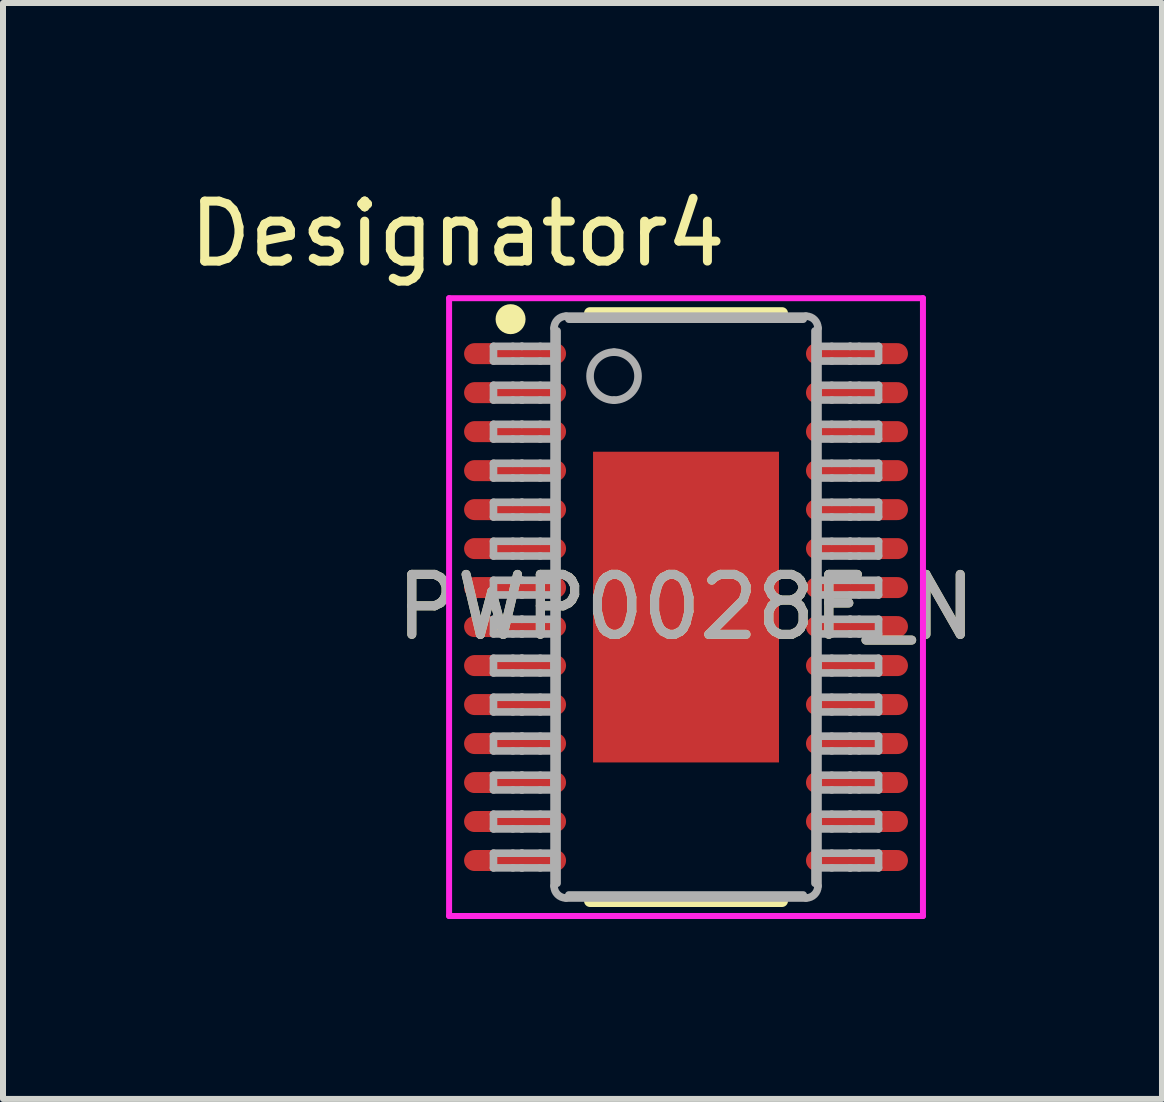
<source format=kicad_pcb>
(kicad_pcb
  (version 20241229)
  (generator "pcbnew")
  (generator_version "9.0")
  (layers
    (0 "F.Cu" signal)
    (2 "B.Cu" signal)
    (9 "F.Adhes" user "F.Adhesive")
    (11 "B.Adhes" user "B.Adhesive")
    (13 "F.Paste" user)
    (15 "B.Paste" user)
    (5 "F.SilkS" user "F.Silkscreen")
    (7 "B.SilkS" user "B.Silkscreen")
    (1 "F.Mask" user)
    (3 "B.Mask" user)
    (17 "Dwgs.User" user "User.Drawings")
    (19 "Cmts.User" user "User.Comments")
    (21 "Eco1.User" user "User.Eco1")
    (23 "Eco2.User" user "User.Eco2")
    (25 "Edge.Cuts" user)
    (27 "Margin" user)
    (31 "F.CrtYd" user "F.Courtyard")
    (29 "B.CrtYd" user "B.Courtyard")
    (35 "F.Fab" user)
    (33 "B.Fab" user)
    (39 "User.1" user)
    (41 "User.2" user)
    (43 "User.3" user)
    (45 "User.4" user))
  (footprint "PWP0028F_N"
    (layer "F.Cu")
    (at 8.387 7.071)
    (property "Reference" "PWP0028F_N" (at 0.000002 0 0) (unlocked yes) (layer "F.SilkS") (effects (font (size 1 1) (thickness 0.15))))
    (attr smd)
    (fp_line (start -1.6 -4.9) (end 1.6 -4.9) (stroke (width 0.2) (type solid)) (layer "F.SilkS"))
    (fp_line (start -1.6 4.9) (end 1.6 4.9) (stroke (width 0.2) (type solid)) (layer "F.SilkS"))
    (fp_circle (center -2.925 -4.8) (end -2.8 -4.8) (stroke (width 0.25) (type solid)) (fill no) (layer "F.SilkS"))
    (fp_line (start -3.95 -5.15) (end 3.95 -5.15) (stroke (width 0.1) (type solid)) (layer "F.CrtYd"))
    (fp_line (start -3.95 5.15) (end -3.95 -5.15) (stroke (width 0.1) (type solid)) (layer "F.CrtYd"))
    (fp_line (start -3.95 5.15) (end 3.95 5.15) (stroke (width 0.1) (type solid)) (layer "F.CrtYd"))
    (fp_line (start 3.95 5.15) (end 3.95 -5.15) (stroke (width 0.1) (type solid)) (layer "F.CrtYd"))
    (fp_line (start -3.21 -4.347) (end -2.887 -4.347) (stroke (width 0.127) (type solid)) (layer "F.Fab"))
    (fp_line (start -3.21 -4.102) (end -3.21 -4.347) (stroke (width 0.127) (type solid)) (layer "F.Fab"))
    (fp_line (start -3.21 -4.102) (end -2.887 -4.102) (stroke (width 0.127) (type solid)) (layer "F.Fab"))
    (fp_line (start -3.21 -3.698) (end -2.887 -3.698) (stroke (width 0.127) (type solid)) (layer "F.Fab"))
    (fp_line (start -3.21 -3.452) (end -3.21 -3.698) (stroke (width 0.127) (type solid)) (layer "F.Fab"))
    (fp_line (start -3.21 -3.452) (end -2.887 -3.452) (stroke (width 0.127) (type solid)) (layer "F.Fab"))
    (fp_line (start -3.21 -3.047) (end -2.887 -3.047) (stroke (width 0.127) (type solid)) (layer "F.Fab"))
    (fp_line (start -3.21 -2.802) (end -3.21 -3.047) (stroke (width 0.127) (type solid)) (layer "F.Fab"))
    (fp_line (start -3.21 -2.802) (end -2.887 -2.802) (stroke (width 0.127) (type solid)) (layer "F.Fab"))
    (fp_line (start -3.21 -2.397) (end -2.887 -2.397) (stroke (width 0.127) (type solid)) (layer "F.Fab"))
    (fp_line (start -3.21 -2.152) (end -3.21 -2.397) (stroke (width 0.127) (type solid)) (layer "F.Fab"))
    (fp_line (start -3.21 -2.152) (end -2.887 -2.152) (stroke (width 0.127) (type solid)) (layer "F.Fab"))
    (fp_line (start -3.21 -1.747) (end -2.887 -1.747) (stroke (width 0.127) (type solid)) (layer "F.Fab"))
    (fp_line (start -3.21 -1.502) (end -3.21 -1.747) (stroke (width 0.127) (type solid)) (layer "F.Fab"))
    (fp_line (start -3.21 -1.502) (end -2.887 -1.502) (stroke (width 0.127) (type solid)) (layer "F.Fab"))
    (fp_line (start -3.21 -1.097) (end -2.887 -1.097) (stroke (width 0.127) (type solid)) (layer "F.Fab"))
    (fp_line (start -3.21 -0.852) (end -3.21 -1.097) (stroke (width 0.127) (type solid)) (layer "F.Fab"))
    (fp_line (start -3.21 -0.852) (end -2.887 -0.852) (stroke (width 0.127) (type solid)) (layer "F.Fab"))
    (fp_line (start -3.21 -0.447) (end -2.887 -0.447) (stroke (width 0.127) (type solid)) (layer "F.Fab"))
    (fp_line (start -3.21 -0.202) (end -3.21 -0.447) (stroke (width 0.127) (type solid)) (layer "F.Fab"))
    (fp_line (start -3.21 -0.202) (end -2.887 -0.202) (stroke (width 0.127) (type solid)) (layer "F.Fab"))
    (fp_line (start -3.21 0.203) (end -2.887 0.203) (stroke (width 0.127) (type solid)) (layer "F.Fab"))
    (fp_line (start -3.21 0.448) (end -3.21 0.203) (stroke (width 0.127) (type solid)) (layer "F.Fab"))
    (fp_line (start -3.21 0.448) (end -2.887 0.448) (stroke (width 0.127) (type solid)) (layer "F.Fab"))
    (fp_line (start -3.21 0.853) (end -2.887 0.853) (stroke (width 0.127) (type solid)) (layer "F.Fab"))
    (fp_line (start -3.21 1.098) (end -3.21 0.853) (stroke (width 0.127) (type solid)) (layer "F.Fab"))
    (fp_line (start -3.21 1.098) (end -2.887 1.098) (stroke (width 0.127) (type solid)) (layer "F.Fab"))
    (fp_line (start -3.21 1.503) (end -2.887 1.503) (stroke (width 0.127) (type solid)) (layer "F.Fab"))
    (fp_line (start -3.21 1.748) (end -3.21 1.503) (stroke (width 0.127) (type solid)) (layer "F.Fab"))
    (fp_line (start -3.21 1.748) (end -2.887 1.748) (stroke (width 0.127) (type solid)) (layer "F.Fab"))
    (fp_line (start -3.21 2.152) (end -2.887 2.152) (stroke (width 0.127) (type solid)) (layer "F.Fab"))
    (fp_line (start -3.21 2.398) (end -3.21 2.152) (stroke (width 0.127) (type solid)) (layer "F.Fab"))
    (fp_line (start -3.21 2.398) (end -2.887 2.398) (stroke (width 0.127) (type solid)) (layer "F.Fab"))
    (fp_line (start -3.21 2.803) (end -2.887 2.803) (stroke (width 0.127) (type solid)) (layer "F.Fab"))
    (fp_line (start -3.21 3.048) (end -3.21 2.803) (stroke (width 0.127) (type solid)) (layer "F.Fab"))
    (fp_line (start -3.21 3.048) (end -2.887 3.048) (stroke (width 0.127) (type solid)) (layer "F.Fab"))
    (fp_line (start -3.21 3.453) (end -2.887 3.453) (stroke (width 0.127) (type solid)) (layer "F.Fab"))
    (fp_line (start -3.21 3.698) (end -3.21 3.453) (stroke (width 0.127) (type solid)) (layer "F.Fab"))
    (fp_line (start -3.21 3.698) (end -2.887 3.698) (stroke (width 0.127) (type solid)) (layer "F.Fab"))
    (fp_line (start -3.21 4.103) (end -2.887 4.103) (stroke (width 0.127) (type solid)) (layer "F.Fab"))
    (fp_line (start -3.21 4.348) (end -3.21 4.103) (stroke (width 0.127) (type solid)) (layer "F.Fab"))
    (fp_line (start -3.21 4.348) (end -2.887 4.348) (stroke (width 0.127) (type solid)) (layer "F.Fab"))
    (fp_line (start -2.887 -4.347) (end -2.739 -4.347) (stroke (width 0.127) (type solid)) (layer "F.Fab"))
    (fp_line (start -2.887 -4.102) (end -2.739 -4.102) (stroke (width 0.127) (type solid)) (layer "F.Fab"))
    (fp_line (start -2.887 -3.698) (end -2.739 -3.698) (stroke (width 0.127) (type solid)) (layer "F.Fab"))
    (fp_line (start -2.887 -3.452) (end -2.739 -3.452) (stroke (width 0.127) (type solid)) (layer "F.Fab"))
    (fp_line (start -2.887 -3.047) (end -2.739 -3.047) (stroke (width 0.127) (type solid)) (layer "F.Fab"))
    (fp_line (start -2.887 -2.802) (end -2.739 -2.802) (stroke (width 0.127) (type solid)) (layer "F.Fab"))
    (fp_line (start -2.887 -2.397) (end -2.739 -2.397) (stroke (width 0.127) (type solid)) (layer "F.Fab"))
    (fp_line (start -2.887 -2.152) (end -2.739 -2.152) (stroke (width 0.127) (type solid)) (layer "F.Fab"))
    (fp_line (start -2.887 -1.747) (end -2.739 -1.747) (stroke (width 0.127) (type solid)) (layer "F.Fab"))
    (fp_line (start -2.887 -1.502) (end -2.739 -1.502) (stroke (width 0.127) (type solid)) (layer "F.Fab"))
    (fp_line (start -2.887 -1.097) (end -2.739 -1.097) (stroke (width 0.127) (type solid)) (layer "F.Fab"))
    (fp_line (start -2.887 -0.852) (end -2.739 -0.852) (stroke (width 0.127) (type solid)) (layer "F.Fab"))
    (fp_line (start -2.887 -0.447) (end -2.739 -0.447) (stroke (width 0.127) (type solid)) (layer "F.Fab"))
    (fp_line (start -2.887 -0.202) (end -2.739 -0.202) (stroke (width 0.127) (type solid)) (layer "F.Fab"))
    (fp_line (start -2.887 0.203) (end -2.739 0.203) (stroke (width 0.127) (type solid)) (layer "F.Fab"))
    (fp_line (start -2.887 0.448) (end -2.739 0.448) (stroke (width 0.127) (type solid)) (layer "F.Fab"))
    (fp_line (start -2.887 0.853) (end -2.739 0.853) (stroke (width 0.127) (type solid)) (layer "F.Fab"))
    (fp_line (start -2.887 1.098) (end -2.739 1.098) (stroke (width 0.127) (type solid)) (layer "F.Fab"))
    (fp_line (start -2.887 1.503) (end -2.739 1.503) (stroke (width 0.127) (type solid)) (layer "F.Fab"))
    (fp_line (start -2.887 1.748) (end -2.739 1.748) (stroke (width 0.127) (type solid)) (layer "F.Fab"))
    (fp_line (start -2.887 2.152) (end -2.739 2.152) (stroke (width 0.127) (type solid)) (layer "F.Fab"))
    (fp_line (start -2.887 2.398) (end -2.739 2.398) (stroke (width 0.127) (type solid)) (layer "F.Fab"))
    (fp_line (start -2.887 2.803) (end -2.739 2.803) (stroke (width 0.127) (type solid)) (layer "F.Fab"))
    (fp_line (start -2.887 3.048) (end -2.739 3.048) (stroke (width 0.127) (type solid)) (layer "F.Fab"))
    (fp_line (start -2.887 3.453) (end -2.739 3.453) (stroke (width 0.127) (type solid)) (layer "F.Fab"))
    (fp_line (start -2.887 3.698) (end -2.739 3.698) (stroke (width 0.127) (type solid)) (layer "F.Fab"))
    (fp_line (start -2.887 4.103) (end -2.739 4.103) (stroke (width 0.127) (type solid)) (layer "F.Fab"))
    (fp_line (start -2.887 4.348) (end -2.739 4.348) (stroke (width 0.127) (type solid)) (layer "F.Fab"))
    (fp_line (start -2.739 -4.347) (end -2.733 -4.347) (stroke (width 0.127) (type solid)) (layer "F.Fab"))
    (fp_line (start -2.739 -4.102) (end -2.733 -4.102) (stroke (width 0.127) (type solid)) (layer "F.Fab"))
    (fp_line (start -2.739 -3.698) (end -2.733 -3.698) (stroke (width 0.127) (type solid)) (layer "F.Fab"))
    (fp_line (start -2.739 -3.452) (end -2.733 -3.452) (stroke (width 0.127) (type solid)) (layer "F.Fab"))
    (fp_line (start -2.739 -3.047) (end -2.733 -3.047) (stroke (width 0.127) (type solid)) (layer "F.Fab"))
    (fp_line (start -2.739 -2.802) (end -2.733 -2.802) (stroke (width 0.127) (type solid)) (layer "F.Fab"))
    (fp_line (start -2.739 -2.397) (end -2.733 -2.397) (stroke (width 0.127) (type solid)) (layer "F.Fab"))
    (fp_line (start -2.739 -2.152) (end -2.733 -2.152) (stroke (width 0.127) (type solid)) (layer "F.Fab"))
    (fp_line (start -2.739 -1.747) (end -2.733 -1.747) (stroke (width 0.127) (type solid)) (layer "F.Fab"))
    (fp_line (start -2.739 -1.502) (end -2.733 -1.502) (stroke (width 0.127) (type solid)) (layer "F.Fab"))
    (fp_line (start -2.739 -1.097) (end -2.733 -1.097) (stroke (width 0.127) (type solid)) (layer "F.Fab"))
    (fp_line (start -2.739 -0.852) (end -2.733 -0.852) (stroke (width 0.127) (type solid)) (layer "F.Fab"))
    (fp_line (start -2.739 -0.447) (end -2.733 -0.447) (stroke (width 0.127) (type solid)) (layer "F.Fab"))
    (fp_line (start -2.739 -0.202) (end -2.733 -0.202) (stroke (width 0.127) (type solid)) (layer "F.Fab"))
    (fp_line (start -2.739 0.203) (end -2.733 0.203) (stroke (width 0.127) (type solid)) (layer "F.Fab"))
    (fp_line (start -2.739 0.448) (end -2.733 0.448) (stroke (width 0.127) (type solid)) (layer "F.Fab"))
    (fp_line (start -2.739 0.853) (end -2.733 0.853) (stroke (width 0.127) (type solid)) (layer "F.Fab"))
    (fp_line (start -2.739 1.098) (end -2.733 1.098) (stroke (width 0.127) (type solid)) (layer "F.Fab"))
    (fp_line (start -2.739 1.503) (end -2.733 1.503) (stroke (width 0.127) (type solid)) (layer "F.Fab"))
    (fp_line (start -2.739 1.748) (end -2.733 1.748) (stroke (width 0.127) (type solid)) (layer "F.Fab"))
    (fp_line (start -2.739 2.152) (end -2.733 2.152) (stroke (width 0.127) (type solid)) (layer "F.Fab"))
    (fp_line (start -2.739 2.398) (end -2.733 2.398) (stroke (width 0.127) (type solid)) (layer "F.Fab"))
    (fp_line (start -2.739 2.803) (end -2.733 2.803) (stroke (width 0.127) (type solid)) (layer "F.Fab"))
    (fp_line (start -2.739 3.048) (end -2.733 3.048) (stroke (width 0.127) (type solid)) (layer "F.Fab"))
    (fp_line (start -2.739 3.453) (end -2.733 3.453) (stroke (width 0.127) (type solid)) (layer "F.Fab"))
    (fp_line (start -2.739 3.698) (end -2.733 3.698) (stroke (width 0.127) (type solid)) (layer "F.Fab"))
    (fp_line (start -2.739 4.103) (end -2.733 4.103) (stroke (width 0.127) (type solid)) (layer "F.Fab"))
    (fp_line (start -2.739 4.348) (end -2.733 4.348) (stroke (width 0.127) (type solid)) (layer "F.Fab"))
    (fp_line (start -2.733 -4.347) (end -2.431 -4.347) (stroke (width 0.127) (type solid)) (layer "F.Fab"))
    (fp_line (start -2.733 -4.102) (end -2.431 -4.102) (stroke (width 0.127) (type solid)) (layer "F.Fab"))
    (fp_line (start -2.733 -3.698) (end -2.431 -3.698) (stroke (width 0.127) (type solid)) (layer "F.Fab"))
    (fp_line (start -2.733 -3.452) (end -2.431 -3.452) (stroke (width 0.127) (type solid)) (layer "F.Fab"))
    (fp_line (start -2.733 -3.047) (end -2.431 -3.047) (stroke (width 0.127) (type solid)) (layer "F.Fab"))
    (fp_line (start -2.733 -2.802) (end -2.431 -2.802) (stroke (width 0.127) (type solid)) (layer "F.Fab"))
    (fp_line (start -2.733 -2.397) (end -2.431 -2.397) (stroke (width 0.127) (type solid)) (layer "F.Fab"))
    (fp_line (start -2.733 -2.152) (end -2.431 -2.152) (stroke (width 0.127) (type solid)) (layer "F.Fab"))
    (fp_line (start -2.733 -1.747) (end -2.431 -1.747) (stroke (width 0.127) (type solid)) (layer "F.Fab"))
    (fp_line (start -2.733 -1.502) (end -2.431 -1.502) (stroke (width 0.127) (type solid)) (layer "F.Fab"))
    (fp_line (start -2.733 -1.097) (end -2.431 -1.097) (stroke (width 0.127) (type solid)) (layer "F.Fab"))
    (fp_line (start -2.733 -0.852) (end -2.431 -0.852) (stroke (width 0.127) (type solid)) (layer "F.Fab"))
    (fp_line (start -2.733 -0.447) (end -2.431 -0.447) (stroke (width 0.127) (type solid)) (layer "F.Fab"))
    (fp_line (start -2.733 -0.202) (end -2.431 -0.202) (stroke (width 0.127) (type solid)) (layer "F.Fab"))
    (fp_line (start -2.733 0.203) (end -2.431 0.203) (stroke (width 0.127) (type solid)) (layer "F.Fab"))
    (fp_line (start -2.733 0.448) (end -2.431 0.448) (stroke (width 0.127) (type solid)) (layer "F.Fab"))
    (fp_line (start -2.733 0.853) (end -2.431 0.853) (stroke (width 0.127) (type solid)) (layer "F.Fab"))
    (fp_line (start -2.733 1.098) (end -2.431 1.098) (stroke (width 0.127) (type solid)) (layer "F.Fab"))
    (fp_line (start -2.733 1.503) (end -2.431 1.503) (stroke (width 0.127) (type solid)) (layer "F.Fab"))
    (fp_line (start -2.733 1.748) (end -2.431 1.748) (stroke (width 0.127) (type solid)) (layer "F.Fab"))
    (fp_line (start -2.733 2.152) (end -2.431 2.152) (stroke (width 0.127) (type solid)) (layer "F.Fab"))
    (fp_line (start -2.733 2.398) (end -2.431 2.398) (stroke (width 0.127) (type solid)) (layer "F.Fab"))
    (fp_line (start -2.733 2.803) (end -2.431 2.803) (stroke (width 0.127) (type solid)) (layer "F.Fab"))
    (fp_line (start -2.733 3.048) (end -2.431 3.048) (stroke (width 0.127) (type solid)) (layer "F.Fab"))
    (fp_line (start -2.733 3.453) (end -2.431 3.453) (stroke (width 0.127) (type solid)) (layer "F.Fab"))
    (fp_line (start -2.733 3.698) (end -2.431 3.698) (stroke (width 0.127) (type solid)) (layer "F.Fab"))
    (fp_line (start -2.733 4.103) (end -2.431 4.103) (stroke (width 0.127) (type solid)) (layer "F.Fab"))
    (fp_line (start -2.733 4.348) (end -2.431 4.348) (stroke (width 0.127) (type solid)) (layer "F.Fab"))
    (fp_line (start -2.431 -4.347) (end -2.2 -4.347) (stroke (width 0.127) (type solid)) (layer "F.Fab"))
    (fp_line (start -2.431 -4.102) (end -2.2 -4.102) (stroke (width 0.127) (type solid)) (layer "F.Fab"))
    (fp_line (start -2.431 -3.698) (end -2.2 -3.698) (stroke (width 0.127) (type solid)) (layer "F.Fab"))
    (fp_line (start -2.431 -3.452) (end -2.2 -3.452) (stroke (width 0.127) (type solid)) (layer "F.Fab"))
    (fp_line (start -2.431 -3.047) (end -2.2 -3.047) (stroke (width 0.127) (type solid)) (layer "F.Fab"))
    (fp_line (start -2.431 -2.802) (end -2.2 -2.802) (stroke (width 0.127) (type solid)) (layer "F.Fab"))
    (fp_line (start -2.431 -2.397) (end -2.2 -2.397) (stroke (width 0.127) (type solid)) (layer "F.Fab"))
    (fp_line (start -2.431 -2.152) (end -2.2 -2.152) (stroke (width 0.127) (type solid)) (layer "F.Fab"))
    (fp_line (start -2.431 -1.747) (end -2.2 -1.747) (stroke (width 0.127) (type solid)) (layer "F.Fab"))
    (fp_line (start -2.431 -1.502) (end -2.2 -1.502) (stroke (width 0.127) (type solid)) (layer "F.Fab"))
    (fp_line (start -2.431 -1.097) (end -2.2 -1.097) (stroke (width 0.127) (type solid)) (layer "F.Fab"))
    (fp_line (start -2.431 -0.852) (end -2.2 -0.852) (stroke (width 0.127) (type solid)) (layer "F.Fab"))
    (fp_line (start -2.431 -0.447) (end -2.2 -0.447) (stroke (width 0.127) (type solid)) (layer "F.Fab"))
    (fp_line (start -2.431 -0.202) (end -2.2 -0.202) (stroke (width 0.127) (type solid)) (layer "F.Fab"))
    (fp_line (start -2.431 0.203) (end -2.2 0.203) (stroke (width 0.127) (type solid)) (layer "F.Fab"))
    (fp_line (start -2.431 0.448) (end -2.2 0.448) (stroke (width 0.127) (type solid)) (layer "F.Fab"))
    (fp_line (start -2.431 0.853) (end -2.2 0.853) (stroke (width 0.127) (type solid)) (layer "F.Fab"))
    (fp_line (start -2.431 1.098) (end -2.2 1.098) (stroke (width 0.127) (type solid)) (layer "F.Fab"))
    (fp_line (start -2.431 1.503) (end -2.2 1.503) (stroke (width 0.127) (type solid)) (layer "F.Fab"))
    (fp_line (start -2.431 1.748) (end -2.2 1.748) (stroke (width 0.127) (type solid)) (layer "F.Fab"))
    (fp_line (start -2.431 2.152) (end -2.2 2.152) (stroke (width 0.127) (type solid)) (layer "F.Fab"))
    (fp_line (start -2.431 2.398) (end -2.2 2.398) (stroke (width 0.127) (type solid)) (layer "F.Fab"))
    (fp_line (start -2.431 2.803) (end -2.2 2.803) (stroke (width 0.127) (type solid)) (layer "F.Fab"))
    (fp_line (start -2.431 3.048) (end -2.2 3.048) (stroke (width 0.127) (type solid)) (layer "F.Fab"))
    (fp_line (start -2.431 3.453) (end -2.2 3.453) (stroke (width 0.127) (type solid)) (layer "F.Fab"))
    (fp_line (start -2.431 3.698) (end -2.2 3.698) (stroke (width 0.127) (type solid)) (layer "F.Fab"))
    (fp_line (start -2.431 4.103) (end -2.2 4.103) (stroke (width 0.127) (type solid)) (layer "F.Fab"))
    (fp_line (start -2.431 4.348) (end -2.2 4.348) (stroke (width 0.127) (type solid)) (layer "F.Fab"))
    (fp_line (start -2.2 -4.102) (end -2.2 -4.347) (stroke (width 0.127) (type solid)) (layer "F.Fab"))
    (fp_line (start -2.2 -3.452) (end -2.2 -3.698) (stroke (width 0.127) (type solid)) (layer "F.Fab"))
    (fp_line (start -2.2 -2.802) (end -2.2 -3.047) (stroke (width 0.127) (type solid)) (layer "F.Fab"))
    (fp_line (start -2.2 -2.152) (end -2.2 -2.397) (stroke (width 0.127) (type solid)) (layer "F.Fab"))
    (fp_line (start -2.2 -1.502) (end -2.2 -1.747) (stroke (width 0.127) (type solid)) (layer "F.Fab"))
    (fp_line (start -2.2 -0.852) (end -2.2 -1.097) (stroke (width 0.127) (type solid)) (layer "F.Fab"))
    (fp_line (start -2.2 -0.202) (end -2.2 -0.447) (stroke (width 0.127) (type solid)) (layer "F.Fab"))
    (fp_line (start -2.2 0.448) (end -2.2 0.203) (stroke (width 0.127) (type solid)) (layer "F.Fab"))
    (fp_line (start -2.2 1.098) (end -2.2 0.853) (stroke (width 0.127) (type solid)) (layer "F.Fab"))
    (fp_line (start -2.2 1.748) (end -2.2 1.503) (stroke (width 0.127) (type solid)) (layer "F.Fab"))
    (fp_line (start -2.2 2.398) (end -2.2 2.152) (stroke (width 0.127) (type solid)) (layer "F.Fab"))
    (fp_line (start -2.2 3.048) (end -2.2 2.803) (stroke (width 0.127) (type solid)) (layer "F.Fab"))
    (fp_line (start -2.2 3.698) (end -2.2 3.453) (stroke (width 0.127) (type solid)) (layer "F.Fab"))
    (fp_line (start -2.2 4.348) (end -2.2 4.103) (stroke (width 0.127) (type solid)) (layer "F.Fab"))
    (fp_line (start -2.2 4.65) (end -2.2 -4.65) (stroke (width 0.127) (type solid)) (layer "F.Fab"))
    (fp_line (start -2.15 4.604) (end -2.15 -4.604) (stroke (width 0.127) (type solid)) (layer "F.Fab"))
    (fp_line (start -2 -4.85) (end 2 -4.85) (stroke (width 0.127) (type solid)) (layer "F.Fab"))
    (fp_line (start -2 4.85) (end 2 4.85) (stroke (width 0.127) (type solid)) (layer "F.Fab"))
    (fp_line (start -1.954 -4.8) (end 1.954 -4.8) (stroke (width 0.127) (type solid)) (layer "F.Fab"))
    (fp_line (start -1.954 4.8) (end 1.954 4.8) (stroke (width 0.127) (type solid)) (layer "F.Fab"))
    (fp_line (start 2.15 4.604) (end 2.15 -4.604) (stroke (width 0.127) (type solid)) (layer "F.Fab"))
    (fp_line (start 2.2 -4.347) (end 2.43 -4.347) (stroke (width 0.127) (type solid)) (layer "F.Fab"))
    (fp_line (start 2.2 -4.102) (end 2.2 -4.347) (stroke (width 0.127) (type solid)) (layer "F.Fab"))
    (fp_line (start 2.2 -4.102) (end 2.43 -4.102) (stroke (width 0.127) (type solid)) (layer "F.Fab"))
    (fp_line (start 2.2 -3.698) (end 2.43 -3.698) (stroke (width 0.127) (type solid)) (layer "F.Fab"))
    (fp_line (start 2.2 -3.452) (end 2.2 -3.698) (stroke (width 0.127) (type solid)) (layer "F.Fab"))
    (fp_line (start 2.2 -3.452) (end 2.43 -3.452) (stroke (width 0.127) (type solid)) (layer "F.Fab"))
    (fp_line (start 2.2 -3.047) (end 2.43 -3.047) (stroke (width 0.127) (type solid)) (layer "F.Fab"))
    (fp_line (start 2.2 -2.802) (end 2.2 -3.047) (stroke (width 0.127) (type solid)) (layer "F.Fab"))
    (fp_line (start 2.2 -2.802) (end 2.43 -2.802) (stroke (width 0.127) (type solid)) (layer "F.Fab"))
    (fp_line (start 2.2 -2.397) (end 2.43 -2.397) (stroke (width 0.127) (type solid)) (layer "F.Fab"))
    (fp_line (start 2.2 -2.152) (end 2.2 -2.397) (stroke (width 0.127) (type solid)) (layer "F.Fab"))
    (fp_line (start 2.2 -2.152) (end 2.43 -2.152) (stroke (width 0.127) (type solid)) (layer "F.Fab"))
    (fp_line (start 2.2 -1.747) (end 2.43 -1.747) (stroke (width 0.127) (type solid)) (layer "F.Fab"))
    (fp_line (start 2.2 -1.502) (end 2.2 -1.747) (stroke (width 0.127) (type solid)) (layer "F.Fab"))
    (fp_line (start 2.2 -1.502) (end 2.43 -1.502) (stroke (width 0.127) (type solid)) (layer "F.Fab"))
    (fp_line (start 2.2 -1.097) (end 2.43 -1.097) (stroke (width 0.127) (type solid)) (layer "F.Fab"))
    (fp_line (start 2.2 -0.852) (end 2.2 -1.097) (stroke (width 0.127) (type solid)) (layer "F.Fab"))
    (fp_line (start 2.2 -0.852) (end 2.43 -0.852) (stroke (width 0.127) (type solid)) (layer "F.Fab"))
    (fp_line (start 2.2 -0.447) (end 2.43 -0.447) (stroke (width 0.127) (type solid)) (layer "F.Fab"))
    (fp_line (start 2.2 -0.202) (end 2.2 -0.447) (stroke (width 0.127) (type solid)) (layer "F.Fab"))
    (fp_line (start 2.2 -0.202) (end 2.43 -0.202) (stroke (width 0.127) (type solid)) (layer "F.Fab"))
    (fp_line (start 2.2 0.203) (end 2.43 0.203) (stroke (width 0.127) (type solid)) (layer "F.Fab"))
    (fp_line (start 2.2 0.448) (end 2.2 0.203) (stroke (width 0.127) (type solid)) (layer "F.Fab"))
    (fp_line (start 2.2 0.448) (end 2.43 0.448) (stroke (width 0.127) (type solid)) (layer "F.Fab"))
    (fp_line (start 2.2 0.853) (end 2.43 0.853) (stroke (width 0.127) (type solid)) (layer "F.Fab"))
    (fp_line (start 2.2 1.098) (end 2.2 0.853) (stroke (width 0.127) (type solid)) (layer "F.Fab"))
    (fp_line (start 2.2 1.098) (end 2.43 1.098) (stroke (width 0.127) (type solid)) (layer "F.Fab"))
    (fp_line (start 2.2 1.503) (end 2.43 1.503) (stroke (width 0.127) (type solid)) (layer "F.Fab"))
    (fp_line (start 2.2 1.748) (end 2.2 1.503) (stroke (width 0.127) (type solid)) (layer "F.Fab"))
    (fp_line (start 2.2 1.748) (end 2.43 1.748) (stroke (width 0.127) (type solid)) (layer "F.Fab"))
    (fp_line (start 2.2 2.152) (end 2.43 2.152) (stroke (width 0.127) (type solid)) (layer "F.Fab"))
    (fp_line (start 2.2 2.398) (end 2.2 2.152) (stroke (width 0.127) (type solid)) (layer "F.Fab"))
    (fp_line (start 2.2 2.398) (end 2.43 2.398) (stroke (width 0.127) (type solid)) (layer "F.Fab"))
    (fp_line (start 2.2 2.803) (end 2.43 2.803) (stroke (width 0.127) (type solid)) (layer "F.Fab"))
    (fp_line (start 2.2 3.048) (end 2.2 2.803) (stroke (width 0.127) (type solid)) (layer "F.Fab"))
    (fp_line (start 2.2 3.048) (end 2.43 3.048) (stroke (width 0.127) (type solid)) (layer "F.Fab"))
    (fp_line (start 2.2 3.453) (end 2.43 3.453) (stroke (width 0.127) (type solid)) (layer "F.Fab"))
    (fp_line (start 2.2 3.698) (end 2.2 3.453) (stroke (width 0.127) (type solid)) (layer "F.Fab"))
    (fp_line (start 2.2 3.698) (end 2.43 3.698) (stroke (width 0.127) (type solid)) (layer "F.Fab"))
    (fp_line (start 2.2 4.103) (end 2.43 4.103) (stroke (width 0.127) (type solid)) (layer "F.Fab"))
    (fp_line (start 2.2 4.348) (end 2.2 4.103) (stroke (width 0.127) (type solid)) (layer "F.Fab"))
    (fp_line (start 2.2 4.348) (end 2.43 4.348) (stroke (width 0.127) (type solid)) (layer "F.Fab"))
    (fp_line (start 2.2 4.65) (end 2.2 -4.65) (stroke (width 0.127) (type solid)) (layer "F.Fab"))
    (fp_line (start 2.43 -4.347) (end 2.733 -4.347) (stroke (width 0.127) (type solid)) (layer "F.Fab"))
    (fp_line (start 2.43 -4.102) (end 2.733 -4.102) (stroke (width 0.127) (type solid)) (layer "F.Fab"))
    (fp_line (start 2.43 -3.698) (end 2.733 -3.698) (stroke (width 0.127) (type solid)) (layer "F.Fab"))
    (fp_line (start 2.43 -3.452) (end 2.733 -3.452) (stroke (width 0.127) (type solid)) (layer "F.Fab"))
    (fp_line (start 2.43 -3.047) (end 2.733 -3.047) (stroke (width 0.127) (type solid)) (layer "F.Fab"))
    (fp_line (start 2.43 -2.802) (end 2.733 -2.802) (stroke (width 0.127) (type solid)) (layer "F.Fab"))
    (fp_line (start 2.43 -2.397) (end 2.733 -2.397) (stroke (width 0.127) (type solid)) (layer "F.Fab"))
    (fp_line (start 2.43 -2.152) (end 2.733 -2.152) (stroke (width 0.127) (type solid)) (layer "F.Fab"))
    (fp_line (start 2.43 -1.747) (end 2.733 -1.747) (stroke (width 0.127) (type solid)) (layer "F.Fab"))
    (fp_line (start 2.43 -1.502) (end 2.733 -1.502) (stroke (width 0.127) (type solid)) (layer "F.Fab"))
    (fp_line (start 2.43 -1.097) (end 2.733 -1.097) (stroke (width 0.127) (type solid)) (layer "F.Fab"))
    (fp_line (start 2.43 -0.852) (end 2.733 -0.852) (stroke (width 0.127) (type solid)) (layer "F.Fab"))
    (fp_line (start 2.43 -0.447) (end 2.733 -0.447) (stroke (width 0.127) (type solid)) (layer "F.Fab"))
    (fp_line (start 2.43 -0.202) (end 2.733 -0.202) (stroke (width 0.127) (type solid)) (layer "F.Fab"))
    (fp_line (start 2.43 0.203) (end 2.733 0.203) (stroke (width 0.127) (type solid)) (layer "F.Fab"))
    (fp_line (start 2.43 0.448) (end 2.733 0.448) (stroke (width 0.127) (type solid)) (layer "F.Fab"))
    (fp_line (start 2.43 0.853) (end 2.733 0.853) (stroke (width 0.127) (type solid)) (layer "F.Fab"))
    (fp_line (start 2.43 1.098) (end 2.733 1.098) (stroke (width 0.127) (type solid)) (layer "F.Fab"))
    (fp_line (start 2.43 1.503) (end 2.733 1.503) (stroke (width 0.127) (type solid)) (layer "F.Fab"))
    (fp_line (start 2.43 1.748) (end 2.733 1.748) (stroke (width 0.127) (type solid)) (layer "F.Fab"))
    (fp_line (start 2.43 2.152) (end 2.733 2.152) (stroke (width 0.127) (type solid)) (layer "F.Fab"))
    (fp_line (start 2.43 2.398) (end 2.733 2.398) (stroke (width 0.127) (type solid)) (layer "F.Fab"))
    (fp_line (start 2.43 2.803) (end 2.733 2.803) (stroke (width 0.127) (type solid)) (layer "F.Fab"))
    (fp_line (start 2.43 3.048) (end 2.733 3.048) (stroke (width 0.127) (type solid)) (layer "F.Fab"))
    (fp_line (start 2.43 3.453) (end 2.733 3.453) (stroke (width 0.127) (type solid)) (layer "F.Fab"))
    (fp_line (start 2.43 3.698) (end 2.733 3.698) (stroke (width 0.127) (type solid)) (layer "F.Fab"))
    (fp_line (start 2.43 4.103) (end 2.733 4.103) (stroke (width 0.127) (type solid)) (layer "F.Fab"))
    (fp_line (start 2.43 4.348) (end 2.733 4.348) (stroke (width 0.127) (type solid)) (layer "F.Fab"))
    (fp_line (start 2.733 -4.347) (end 2.739 -4.347) (stroke (width 0.127) (type solid)) (layer "F.Fab"))
    (fp_line (start 2.733 -4.102) (end 2.739 -4.102) (stroke (width 0.127) (type solid)) (layer "F.Fab"))
    (fp_line (start 2.733 -3.698) (end 2.739 -3.698) (stroke (width 0.127) (type solid)) (layer "F.Fab"))
    (fp_line (start 2.733 -3.452) (end 2.739 -3.452) (stroke (width 0.127) (type solid)) (layer "F.Fab"))
    (fp_line (start 2.733 -3.047) (end 2.739 -3.047) (stroke (width 0.127) (type solid)) (layer "F.Fab"))
    (fp_line (start 2.733 -2.802) (end 2.739 -2.802) (stroke (width 0.127) (type solid)) (layer "F.Fab"))
    (fp_line (start 2.733 -2.397) (end 2.739 -2.397) (stroke (width 0.127) (type solid)) (layer "F.Fab"))
    (fp_line (start 2.733 -2.152) (end 2.739 -2.152) (stroke (width 0.127) (type solid)) (layer "F.Fab"))
    (fp_line (start 2.733 -1.747) (end 2.739 -1.747) (stroke (width 0.127) (type solid)) (layer "F.Fab"))
    (fp_line (start 2.733 -1.502) (end 2.739 -1.502) (stroke (width 0.127) (type solid)) (layer "F.Fab"))
    (fp_line (start 2.733 -1.097) (end 2.739 -1.097) (stroke (width 0.127) (type solid)) (layer "F.Fab"))
    (fp_line (start 2.733 -0.852) (end 2.739 -0.852) (stroke (width 0.127) (type solid)) (layer "F.Fab"))
    (fp_line (start 2.733 -0.447) (end 2.739 -0.447) (stroke (width 0.127) (type solid)) (layer "F.Fab"))
    (fp_line (start 2.733 -0.202) (end 2.739 -0.202) (stroke (width 0.127) (type solid)) (layer "F.Fab"))
    (fp_line (start 2.733 0.203) (end 2.739 0.203) (stroke (width 0.127) (type solid)) (layer "F.Fab"))
    (fp_line (start 2.733 0.448) (end 2.739 0.448) (stroke (width 0.127) (type solid)) (layer "F.Fab"))
    (fp_line (start 2.733 0.853) (end 2.739 0.853) (stroke (width 0.127) (type solid)) (layer "F.Fab"))
    (fp_line (start 2.733 1.098) (end 2.739 1.098) (stroke (width 0.127) (type solid)) (layer "F.Fab"))
    (fp_line (start 2.733 1.503) (end 2.739 1.503) (stroke (width 0.127) (type solid)) (layer "F.Fab"))
    (fp_line (start 2.733 1.748) (end 2.739 1.748) (stroke (width 0.127) (type solid)) (layer "F.Fab"))
    (fp_line (start 2.733 2.152) (end 2.739 2.152) (stroke (width 0.127) (type solid)) (layer "F.Fab"))
    (fp_line (start 2.733 2.398) (end 2.739 2.398) (stroke (width 0.127) (type solid)) (layer "F.Fab"))
    (fp_line (start 2.733 2.803) (end 2.739 2.803) (stroke (width 0.127) (type solid)) (layer "F.Fab"))
    (fp_line (start 2.733 3.048) (end 2.739 3.048) (stroke (width 0.127) (type solid)) (layer "F.Fab"))
    (fp_line (start 2.733 3.453) (end 2.739 3.453) (stroke (width 0.127) (type solid)) (layer "F.Fab"))
    (fp_line (start 2.733 3.698) (end 2.739 3.698) (stroke (width 0.127) (type solid)) (layer "F.Fab"))
    (fp_line (start 2.733 4.103) (end 2.739 4.103) (stroke (width 0.127) (type solid)) (layer "F.Fab"))
    (fp_line (start 2.733 4.348) (end 2.739 4.348) (stroke (width 0.127) (type solid)) (layer "F.Fab"))
    (fp_line (start 2.739 -4.347) (end 2.887 -4.347) (stroke (width 0.127) (type solid)) (layer "F.Fab"))
    (fp_line (start 2.739 -4.102) (end 2.887 -4.102) (stroke (width 0.127) (type solid)) (layer "F.Fab"))
    (fp_line (start 2.739 -3.698) (end 2.887 -3.698) (stroke (width 0.127) (type solid)) (layer "F.Fab"))
    (fp_line (start 2.739 -3.452) (end 2.887 -3.452) (stroke (width 0.127) (type solid)) (layer "F.Fab"))
    (fp_line (start 2.739 -3.047) (end 2.887 -3.047) (stroke (width 0.127) (type solid)) (layer "F.Fab"))
    (fp_line (start 2.739 -2.802) (end 2.887 -2.802) (stroke (width 0.127) (type solid)) (layer "F.Fab"))
    (fp_line (start 2.739 -2.397) (end 2.887 -2.397) (stroke (width 0.127) (type solid)) (layer "F.Fab"))
    (fp_line (start 2.739 -2.152) (end 2.887 -2.152) (stroke (width 0.127) (type solid)) (layer "F.Fab"))
    (fp_line (start 2.739 -1.747) (end 2.887 -1.747) (stroke (width 0.127) (type solid)) (layer "F.Fab"))
    (fp_line (start 2.739 -1.502) (end 2.887 -1.502) (stroke (width 0.127) (type solid)) (layer "F.Fab"))
    (fp_line (start 2.739 -1.097) (end 2.887 -1.097) (stroke (width 0.127) (type solid)) (layer "F.Fab"))
    (fp_line (start 2.739 -0.852) (end 2.887 -0.852) (stroke (width 0.127) (type solid)) (layer "F.Fab"))
    (fp_line (start 2.739 -0.447) (end 2.887 -0.447) (stroke (width 0.127) (type solid)) (layer "F.Fab"))
    (fp_line (start 2.739 -0.202) (end 2.887 -0.202) (stroke (width 0.127) (type solid)) (layer "F.Fab"))
    (fp_line (start 2.739 0.203) (end 2.887 0.203) (stroke (width 0.127) (type solid)) (layer "F.Fab"))
    (fp_line (start 2.739 0.448) (end 2.887 0.448) (stroke (width 0.127) (type solid)) (layer "F.Fab"))
    (fp_line (start 2.739 0.853) (end 2.887 0.853) (stroke (width 0.127) (type solid)) (layer "F.Fab"))
    (fp_line (start 2.739 1.098) (end 2.887 1.098) (stroke (width 0.127) (type solid)) (layer "F.Fab"))
    (fp_line (start 2.739 1.503) (end 2.887 1.503) (stroke (width 0.127) (type solid)) (layer "F.Fab"))
    (fp_line (start 2.739 1.748) (end 2.887 1.748) (stroke (width 0.127) (type solid)) (layer "F.Fab"))
    (fp_line (start 2.739 2.152) (end 2.887 2.152) (stroke (width 0.127) (type solid)) (layer "F.Fab"))
    (fp_line (start 2.739 2.398) (end 2.887 2.398) (stroke (width 0.127) (type solid)) (layer "F.Fab"))
    (fp_line (start 2.739 2.803) (end 2.887 2.803) (stroke (width 0.127) (type solid)) (layer "F.Fab"))
    (fp_line (start 2.739 3.048) (end 2.887 3.048) (stroke (width 0.127) (type solid)) (layer "F.Fab"))
    (fp_line (start 2.739 3.453) (end 2.887 3.453) (stroke (width 0.127) (type solid)) (layer "F.Fab"))
    (fp_line (start 2.739 3.698) (end 2.887 3.698) (stroke (width 0.127) (type solid)) (layer "F.Fab"))
    (fp_line (start 2.739 4.103) (end 2.887 4.103) (stroke (width 0.127) (type solid)) (layer "F.Fab"))
    (fp_line (start 2.739 4.348) (end 2.887 4.348) (stroke (width 0.127) (type solid)) (layer "F.Fab"))
    (fp_line (start 2.887 -4.347) (end 3.21 -4.347) (stroke (width 0.127) (type solid)) (layer "F.Fab"))
    (fp_line (start 2.887 -4.102) (end 3.21 -4.102) (stroke (width 0.127) (type solid)) (layer "F.Fab"))
    (fp_line (start 2.887 -3.698) (end 3.21 -3.698) (stroke (width 0.127) (type solid)) (layer "F.Fab"))
    (fp_line (start 2.887 -3.452) (end 3.21 -3.452) (stroke (width 0.127) (type solid)) (layer "F.Fab"))
    (fp_line (start 2.887 -3.047) (end 3.21 -3.047) (stroke (width 0.127) (type solid)) (layer "F.Fab"))
    (fp_line (start 2.887 -2.802) (end 3.21 -2.802) (stroke (width 0.127) (type solid)) (layer "F.Fab"))
    (fp_line (start 2.887 -2.397) (end 3.21 -2.397) (stroke (width 0.127) (type solid)) (layer "F.Fab"))
    (fp_line (start 2.887 -2.152) (end 3.21 -2.152) (stroke (width 0.127) (type solid)) (layer "F.Fab"))
    (fp_line (start 2.887 -1.747) (end 3.21 -1.747) (stroke (width 0.127) (type solid)) (layer "F.Fab"))
    (fp_line (start 2.887 -1.502) (end 3.21 -1.502) (stroke (width 0.127) (type solid)) (layer "F.Fab"))
    (fp_line (start 2.887 -1.097) (end 3.21 -1.097) (stroke (width 0.127) (type solid)) (layer "F.Fab"))
    (fp_line (start 2.887 -0.852) (end 3.21 -0.852) (stroke (width 0.127) (type solid)) (layer "F.Fab"))
    (fp_line (start 2.887 -0.447) (end 3.21 -0.447) (stroke (width 0.127) (type solid)) (layer "F.Fab"))
    (fp_line (start 2.887 -0.202) (end 3.21 -0.202) (stroke (width 0.127) (type solid)) (layer "F.Fab"))
    (fp_line (start 2.887 0.203) (end 3.21 0.203) (stroke (width 0.127) (type solid)) (layer "F.Fab"))
    (fp_line (start 2.887 0.448) (end 3.21 0.448) (stroke (width 0.127) (type solid)) (layer "F.Fab"))
    (fp_line (start 2.887 0.853) (end 3.21 0.853) (stroke (width 0.127) (type solid)) (layer "F.Fab"))
    (fp_line (start 2.887 1.098) (end 3.21 1.098) (stroke (width 0.127) (type solid)) (layer "F.Fab"))
    (fp_line (start 2.887 1.503) (end 3.21 1.503) (stroke (width 0.127) (type solid)) (layer "F.Fab"))
    (fp_line (start 2.887 1.748) (end 3.21 1.748) (stroke (width 0.127) (type solid)) (layer "F.Fab"))
    (fp_line (start 2.887 2.152) (end 3.21 2.152) (stroke (width 0.127) (type solid)) (layer "F.Fab"))
    (fp_line (start 2.887 2.398) (end 3.21 2.398) (stroke (width 0.127) (type solid)) (layer "F.Fab"))
    (fp_line (start 2.887 2.803) (end 3.21 2.803) (stroke (width 0.127) (type solid)) (layer "F.Fab"))
    (fp_line (start 2.887 3.048) (end 3.21 3.048) (stroke (width 0.127) (type solid)) (layer "F.Fab"))
    (fp_line (start 2.887 3.453) (end 3.21 3.453) (stroke (width 0.127) (type solid)) (layer "F.Fab"))
    (fp_line (start 2.887 3.698) (end 3.21 3.698) (stroke (width 0.127) (type solid)) (layer "F.Fab"))
    (fp_line (start 2.887 4.103) (end 3.21 4.103) (stroke (width 0.127) (type solid)) (layer "F.Fab"))
    (fp_line (start 2.887 4.348) (end 3.21 4.348) (stroke (width 0.127) (type solid)) (layer "F.Fab"))
    (fp_line (start 3.21 -4.102) (end 3.21 -4.347) (stroke (width 0.127) (type solid)) (layer "F.Fab"))
    (fp_line (start 3.21 -3.452) (end 3.21 -3.698) (stroke (width 0.127) (type solid)) (layer "F.Fab"))
    (fp_line (start 3.21 -2.802) (end 3.21 -3.047) (stroke (width 0.127) (type solid)) (layer "F.Fab"))
    (fp_line (start 3.21 -2.152) (end 3.21 -2.397) (stroke (width 0.127) (type solid)) (layer "F.Fab"))
    (fp_line (start 3.21 -1.502) (end 3.21 -1.747) (stroke (width 0.127) (type solid)) (layer "F.Fab"))
    (fp_line (start 3.21 -0.852) (end 3.21 -1.097) (stroke (width 0.127) (type solid)) (layer "F.Fab"))
    (fp_line (start 3.21 -0.202) (end 3.21 -0.447) (stroke (width 0.127) (type solid)) (layer "F.Fab"))
    (fp_line (start 3.21 0.448) (end 3.21 0.203) (stroke (width 0.127) (type solid)) (layer "F.Fab"))
    (fp_line (start 3.21 1.098) (end 3.21 0.853) (stroke (width 0.127) (type solid)) (layer "F.Fab"))
    (fp_line (start 3.21 1.748) (end 3.21 1.503) (stroke (width 0.127) (type solid)) (layer "F.Fab"))
    (fp_line (start 3.21 2.398) (end 3.21 2.152) (stroke (width 0.127) (type solid)) (layer "F.Fab"))
    (fp_line (start 3.21 3.048) (end 3.21 2.803) (stroke (width 0.127) (type solid)) (layer "F.Fab"))
    (fp_line (start 3.21 3.698) (end 3.21 3.453) (stroke (width 0.127) (type solid)) (layer "F.Fab"))
    (fp_line (start 3.21 4.348) (end 3.21 4.103) (stroke (width 0.127) (type solid)) (layer "F.Fab"))
    (fp_arc (start -2.200001 -4.650001) (mid -2.141422 -4.791422) (end -2.000001 -4.85) (stroke (width 0.127) (type solid)) (layer "F.Fab"))
    (fp_arc (start -2.000001 4.850006) (mid -2.141422 4.791427) (end -2.200001 4.650006) (stroke (width 0.127) (type solid)) (layer "F.Fab"))
    (fp_arc (start -1.200003 -4.249976) (mid -0.800003 -3.849977) (end -1.200003 -3.449978) (stroke (width 0.127) (type solid)) (layer "F.Fab"))
    (fp_arc (start -1.200003 -3.449978) (mid -1.600002 -3.849977) (end -1.200003 -4.249976) (stroke (width 0.127) (type solid)) (layer "F.Fab"))
    (fp_arc (start 1.999991 -4.85) (mid 2.141412 -4.791422) (end 2.199991 -4.650001) (stroke (width 0.127) (type solid)) (layer "F.Fab"))
    (fp_arc (start 2.199991 4.650006) (mid 2.141412 4.791427) (end 1.999991 4.850006) (stroke (width 0.127) (type solid)) (layer "F.Fab"))
    (fp_text user "Designator4" (at -3.81 -6.223 0) (unlocked yes) (layer "F.SilkS") (effects (font (size 1 1) (thickness 0.15))))
    (fp_text user "${REFERENCE}" (at 0 0 0) (unlocked yes) (layer "F.Fab") (effects (font (size 1 1) (thickness 0.15))))
    (pad "1" smd oval (at -2.85 -4.225 90) (size 0.35 1.7) (layers "F.Cu" "F.Mask" "F.Paste"))
    (pad "2" smd oval (at -2.85 -3.575 90) (size 0.35 1.7) (layers "F.Cu" "F.Mask" "F.Paste"))
    (pad "3" smd oval (at -2.85 -2.925 90) (size 0.35 1.7) (layers "F.Cu" "F.Mask" "F.Paste"))
    (pad "4" smd oval (at -2.85 -2.275 90) (size 0.35 1.7) (layers "F.Cu" "F.Mask" "F.Paste"))
    (pad "5" smd oval (at -2.85 -1.625 90) (size 0.35 1.7) (layers "F.Cu" "F.Mask" "F.Paste"))
    (pad "6" smd oval (at -2.85 -0.975 90) (size 0.35 1.7) (layers "F.Cu" "F.Mask" "F.Paste"))
    (pad "7" smd oval (at -2.85 -0.325 90) (size 0.35 1.7) (layers "F.Cu" "F.Mask" "F.Paste"))
    (pad "8" smd oval (at -2.85 0.325 90) (size 0.35 1.7) (layers "F.Cu" "F.Mask" "F.Paste"))
    (pad "9" smd oval (at -2.85 0.975 90) (size 0.35 1.7) (layers "F.Cu" "F.Mask" "F.Paste"))
    (pad "10" smd oval (at -2.85 1.625 90) (size 0.35 1.7) (layers "F.Cu" "F.Mask" "F.Paste"))
    (pad "11" smd oval (at -2.85 2.275 90) (size 0.35 1.7) (layers "F.Cu" "F.Mask" "F.Paste"))
    (pad "12" smd oval (at -2.85 2.925 90) (size 0.35 1.7) (layers "F.Cu" "F.Mask" "F.Paste"))
    (pad "13" smd oval (at -2.85 3.575 90) (size 0.35 1.7) (layers "F.Cu" "F.Mask" "F.Paste"))
    (pad "14" smd oval (at -2.85 4.225 90) (size 0.35 1.7) (layers "F.Cu" "F.Mask" "F.Paste"))
    (pad "15" smd oval (at 2.85 4.225 90) (size 0.35 1.7) (layers "F.Cu" "F.Mask" "F.Paste"))
    (pad "16" smd oval (at 2.85 3.575 90) (size 0.35 1.7) (layers "F.Cu" "F.Mask" "F.Paste"))
    (pad "17" smd oval (at 2.85 2.925 90) (size 0.35 1.7) (layers "F.Cu" "F.Mask" "F.Paste"))
    (pad "18" smd oval (at 2.85 2.275 90) (size 0.35 1.7) (layers "F.Cu" "F.Mask" "F.Paste"))
    (pad "19" smd oval (at 2.85 1.625 90) (size 0.35 1.7) (layers "F.Cu" "F.Mask" "F.Paste"))
    (pad "20" smd oval (at 2.85 0.975 90) (size 0.35 1.7) (layers "F.Cu" "F.Mask" "F.Paste"))
    (pad "21" smd oval (at 2.85 0.325 90) (size 0.35 1.7) (layers "F.Cu" "F.Mask" "F.Paste"))
    (pad "22" smd oval (at 2.85 -0.325 90) (size 0.35 1.7) (layers "F.Cu" "F.Mask" "F.Paste"))
    (pad "23" smd oval (at 2.85 -0.975 90) (size 0.35 1.7) (layers "F.Cu" "F.Mask" "F.Paste"))
    (pad "24" smd oval (at 2.85 -1.625 90) (size 0.35 1.7) (layers "F.Cu" "F.Mask" "F.Paste"))
    (pad "25" smd oval (at 2.85 -2.275 90) (size 0.35 1.7) (layers "F.Cu" "F.Mask" "F.Paste"))
    (pad "26" smd oval (at 2.85 -2.925 90) (size 0.35 1.7) (layers "F.Cu" "F.Mask" "F.Paste"))
    (pad "27" smd oval (at 2.85 -3.575 90) (size 0.35 1.7) (layers "F.Cu" "F.Mask" "F.Paste"))
    (pad "28" smd oval (at 2.85 -4.225 90) (size 0.35 1.7) (layers "F.Cu" "F.Mask" "F.Paste"))
    (pad "29" smd rect (at 0 0) (size 3.1 5.18) (layers "F.Cu" "F.Mask" "F.Paste")))
  (gr_rect
    (start -3 -3)
    (end 16.322 15.271)
    (stroke (width 0.1) (type default))
    (fill no)
    (layer "Edge.Cuts")))
</source>
